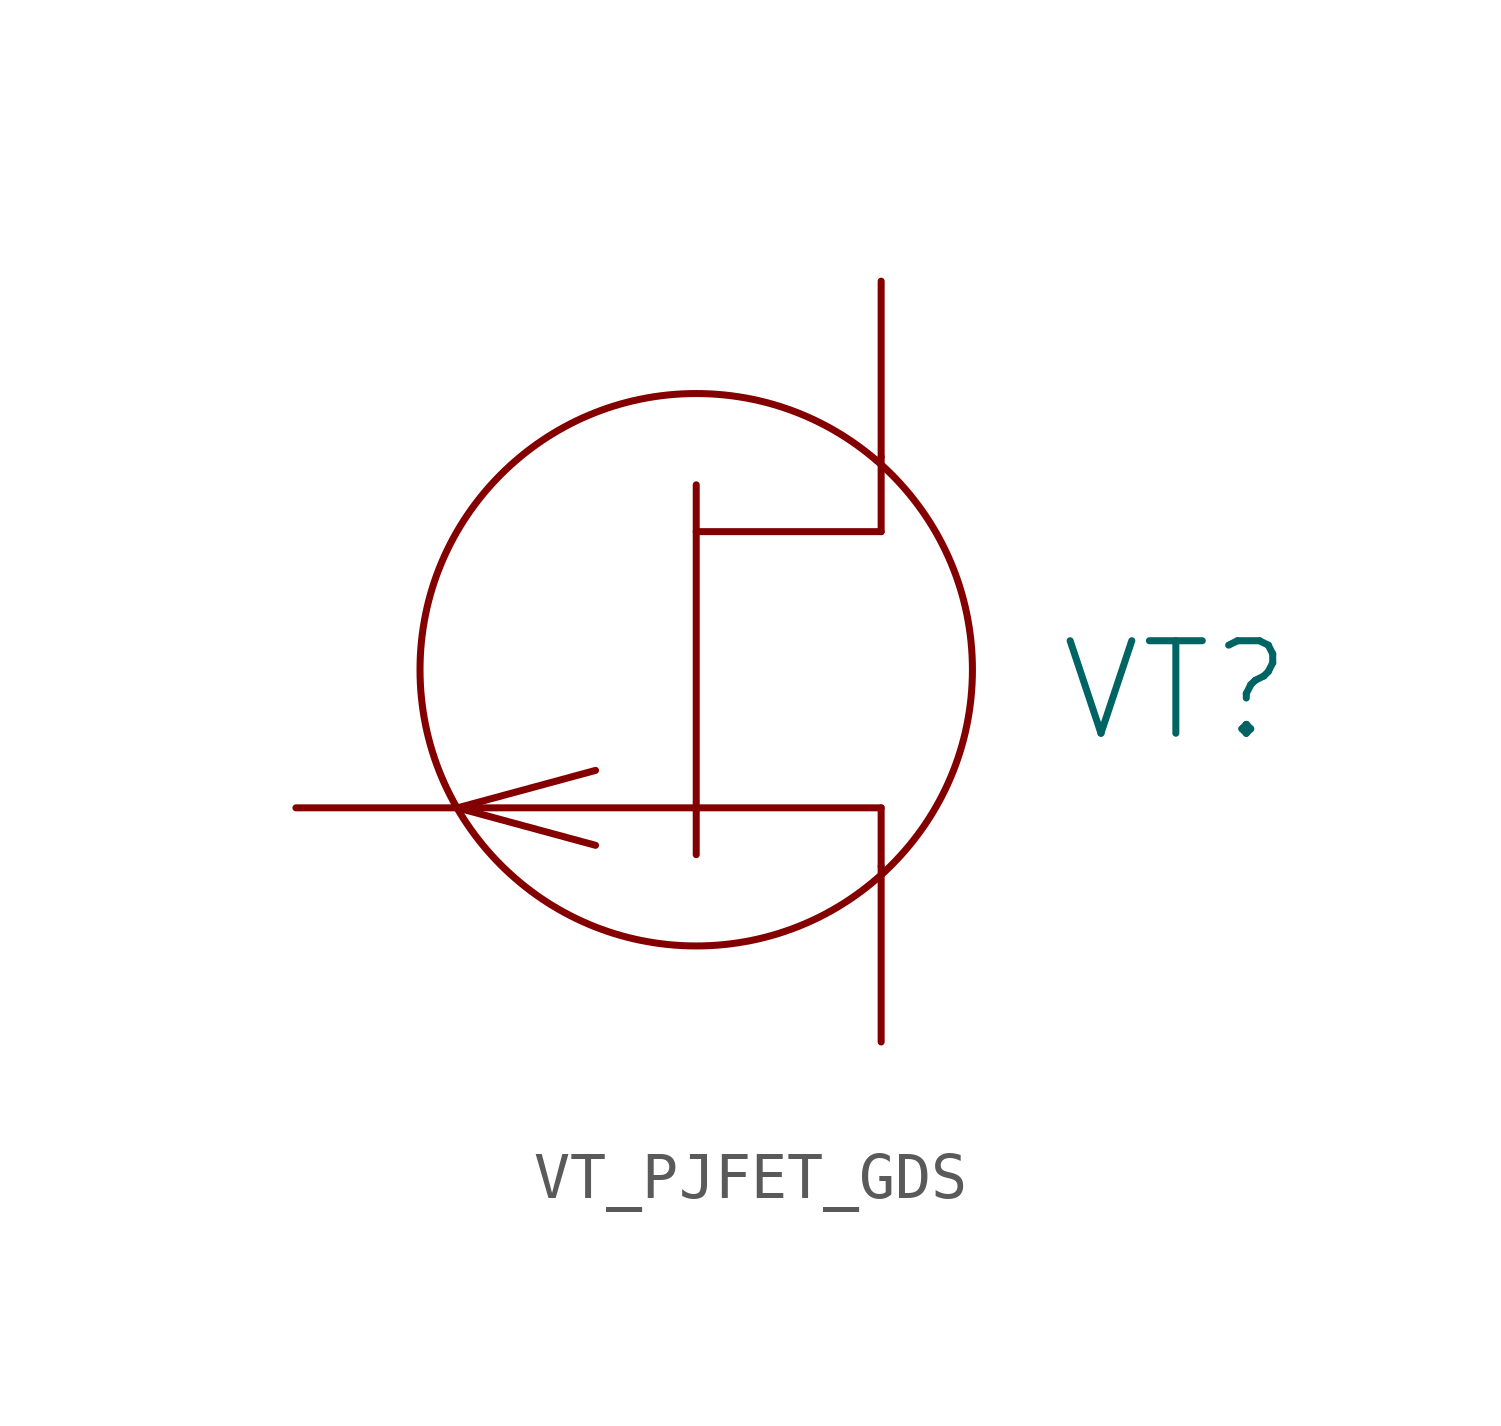
<source format=kicad_sym>
(kicad_symbol_lib
  (version 20231120)
  (generator "kicad_symbol_editor")
  (generator_version "8.0")
  (symbol "VT_PJFET_GDS"
    (pin_numbers hide)
    (pin_names
      (offset 0) hide)
    (property "Reference" "VT"
      (at 7.62 0 0)
      (effects (font (size 2.007 2.007)) (justify left)))
    (symbol "VT_PJFET_GDS_0_1"
      (circle (center -0.203 0.457) (radius 5.994) (stroke (width 0) (type solid)) (fill (type none)))
      (polyline (pts (xy -5.385 -2.54) (xy -2.388 -3.353)) (stroke (width 0) (type solid)) (fill (type none)))
      (polyline (pts (xy -5.385 -2.54) (xy -2.388 -1.727)) (stroke (width 0) (type solid)) (fill (type none)))
      (polyline (pts (xy -5.08 -2.54) (xy 3.81 -2.54)) (stroke (width 0) (type solid)) (fill (type none)))
      (polyline (pts (xy -0.203 -3.556) (xy -0.203 4.47)) (stroke (width 0) (type solid)) (fill (type none)))
      (polyline (pts (xy -0.203 3.454) (xy 3.81 3.454)) (stroke (width 0) (type solid)) (fill (type none)))
      (polyline (pts (xy 3.81 -2.54) (xy 3.81 -3.81)) (stroke (width 0) (type solid)) (fill (type none)))
      (polyline (pts (xy 3.81 5.08) (xy 3.81 3.454)) (stroke (width 0) (type solid)) (fill (type none))))
    (symbol "VT_PJFET_GDS_1_1"
      (pin passive line (at -8.89 -2.54 0) (length 3.81) (name "G" (effects (font (size 2.007 2.007)))) (number "1" (effects (font (size 2.007 2.007)))))
      (pin passive line (at 3.81 8.89 270) (length 3.81) (name "D" (effects (font (size 2.007 2.007)))) (number "2" (effects (font (size 2.007 2.007)))))
      (pin passive line (at 3.81 -7.62 90) (length 3.81) (name "S" (effects (font (size 2.007 2.007)))) (number "3" (effects (font (size 2.007 2.007))))))))
</source>
